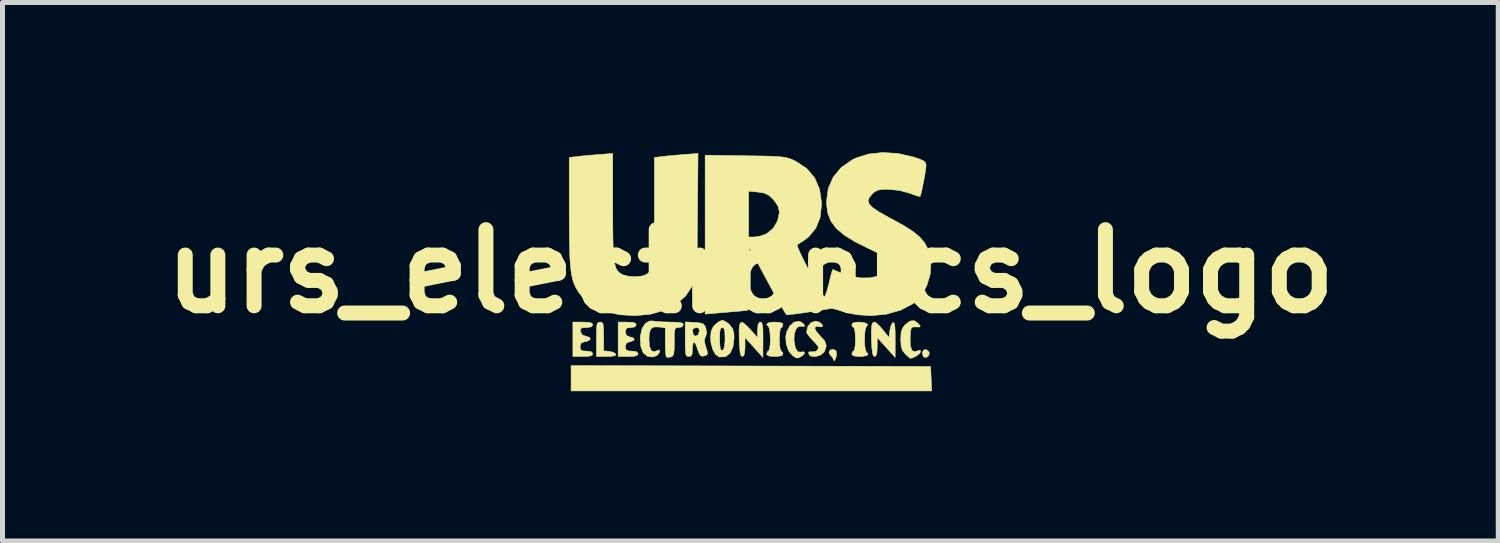
<source format=kicad_pcb>
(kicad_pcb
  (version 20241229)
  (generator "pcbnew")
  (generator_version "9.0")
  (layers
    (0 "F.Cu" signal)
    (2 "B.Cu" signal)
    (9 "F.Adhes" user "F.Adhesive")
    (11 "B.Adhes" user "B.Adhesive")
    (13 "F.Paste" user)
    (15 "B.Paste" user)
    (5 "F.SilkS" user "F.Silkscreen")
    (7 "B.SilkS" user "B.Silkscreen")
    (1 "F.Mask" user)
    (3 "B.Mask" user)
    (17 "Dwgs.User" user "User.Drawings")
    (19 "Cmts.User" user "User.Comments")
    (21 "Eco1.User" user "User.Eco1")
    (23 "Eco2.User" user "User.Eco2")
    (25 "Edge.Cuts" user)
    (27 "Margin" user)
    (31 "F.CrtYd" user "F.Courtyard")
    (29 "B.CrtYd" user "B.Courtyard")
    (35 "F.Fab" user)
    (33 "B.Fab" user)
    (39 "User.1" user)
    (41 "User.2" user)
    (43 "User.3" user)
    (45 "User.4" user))
  (footprint "urs_electronics_logo"
    (layer "F.Cu")
    (at 11.982 2.386)
    (property "Reference" "urs_electronics_logo" (at 0 0 0) (layer "F.SilkS") (effects (font (size 1.524 1.524) (thickness 0.3))))
    (attr through_hole)
    (fp_poly (pts (xy 0.009 1.896) (xy 3.61 1.905) (xy 3.621 2.15) (xy 3.632 2.395) (xy -3.592 2.395) (xy -3.592 1.887) (xy 0.009 1.896)) (stroke (width 0.01) (type solid)) (fill yes) (layer "F.SilkS"))
    (fp_poly (pts (xy 1.714 1.588) (xy 1.729 1.663) (xy 1.709 1.744) (xy 1.683 1.792) (xy 1.671 1.782) (xy 1.643 1.72) (xy 1.609 1.688) (xy 1.573 1.63) (xy 1.595 1.579) (xy 1.654 1.56) (xy 1.714 1.588)) (stroke (width 0.01) (type solid)) (fill yes) (layer "F.SilkS"))
    (fp_poly (pts (xy 3.569 1.602) (xy 3.585 1.638) (xy 3.569 1.693) (xy 3.519 1.726) (xy 3.469 1.715) (xy 3.469 1.715) (xy 3.45 1.664) (xy 3.447 1.624) (xy 3.471 1.575) (xy 3.521 1.568) (xy 3.569 1.602)) (stroke (width 0.01) (type solid)) (fill yes) (layer "F.SilkS"))
    (fp_poly (pts (xy -2.975 1.022) (xy -2.954 1.05) (xy -2.943 1.115) (xy -2.939 1.231) (xy -2.939 1.304) (xy -2.939 1.592) (xy -2.824 1.603) (xy -2.74 1.624) (xy -2.695 1.659) (xy -2.694 1.66) (xy -2.708 1.688) (xy -2.78 1.702) (xy -2.882 1.705) (xy -3.084 1.705) (xy -3.084 1.361) (xy -3.083 1.2) (xy -3.078 1.099) (xy -3.066 1.044) (xy -3.044 1.021) (xy -3.012 1.016) (xy -2.975 1.022)) (stroke (width 0.01) (type solid)) (fill yes) (layer "F.SilkS"))
    (fp_poly (pts (xy 2.517 1.028) (xy 2.594 1.101) (xy 2.652 1.17) (xy 2.776 1.324) (xy 2.794 1.182) (xy 2.816 1.088) (xy 2.848 1.031) (xy 2.857 1.025) (xy 2.879 1.036) (xy 2.893 1.093) (xy 2.9 1.205) (xy 2.901 1.367) (xy 2.9 1.724) (xy 2.72 1.524) (xy 2.541 1.324) (xy 2.54 1.515) (xy 2.534 1.634) (xy 2.514 1.693) (xy 2.488 1.705) (xy 2.462 1.69) (xy 2.445 1.634) (xy 2.433 1.529) (xy 2.425 1.362) (xy 2.425 1.361) (xy 2.423 1.177) (xy 2.435 1.063) (xy 2.465 1.014) (xy 2.517 1.028)) (stroke (width 0.01) (type solid)) (fill yes) (layer "F.SilkS"))
    (fp_poly (pts (xy 0.225 1.028) (xy 0.241 1.072) (xy 0.25 1.16) (xy 0.253 1.305) (xy 0.252 1.37) (xy 0.251 1.724) (xy 0.071 1.524) (xy -0.108 1.324) (xy -0.108 1.515) (xy -0.115 1.634) (xy -0.134 1.693) (xy -0.161 1.705) (xy -0.187 1.69) (xy -0.204 1.634) (xy -0.216 1.529) (xy -0.224 1.362) (xy -0.224 1.361) (xy -0.227 1.181) (xy -0.217 1.069) (xy -0.19 1.021) (xy -0.14 1.032) (xy -0.063 1.1) (xy 0.003 1.17) (xy 0.142 1.324) (xy 0.144 1.17) (xy 0.153 1.065) (xy 0.181 1.02) (xy 0.2 1.016) (xy 0.225 1.028)) (stroke (width 0.01) (type solid)) (fill yes) (layer "F.SilkS"))
    (fp_poly (pts (xy 1.014 1.015) (xy 1.071 1.059) (xy 1.087 1.096) (xy 1.057 1.108) (xy 1.029 1.1) (xy 0.961 1.104) (xy 0.909 1.164) (xy 0.879 1.263) (xy 0.874 1.386) (xy 0.898 1.516) (xy 0.907 1.542) (xy 0.947 1.61) (xy 1.004 1.618) (xy 1.016 1.615) (xy 1.075 1.612) (xy 1.084 1.643) (xy 1.044 1.689) (xy 1.018 1.704) (xy 0.958 1.734) (xy 0.917 1.733) (xy 0.859 1.697) (xy 0.844 1.686) (xy 0.766 1.593) (xy 0.718 1.458) (xy 0.708 1.309) (xy 0.727 1.212) (xy 0.79 1.091) (xy 0.875 1.017) (xy 0.97 1) (xy 1.014 1.015)) (stroke (width 0.01) (type solid)) (fill yes) (layer "F.SilkS"))
    (fp_poly (pts (xy -3.236 1.021) (xy -3.174 1.038) (xy -3.157 1.07) (xy -3.184 1.11) (xy -3.27 1.125) (xy -3.286 1.125) (xy -3.372 1.131) (xy -3.405 1.157) (xy -3.404 1.206) (xy -3.37 1.273) (xy -3.291 1.3) (xy -3.218 1.324) (xy -3.208 1.361) (xy -3.257 1.396) (xy -3.314 1.408) (xy -3.388 1.433) (xy -3.411 1.495) (xy -3.411 1.508) (xy -3.401 1.568) (xy -3.357 1.593) (xy -3.284 1.597) (xy -3.19 1.608) (xy -3.157 1.646) (xy -3.157 1.651) (xy -3.175 1.684) (xy -3.238 1.701) (xy -3.356 1.705) (xy -3.556 1.705) (xy -3.556 1.016) (xy -3.356 1.016) (xy -3.236 1.021)) (stroke (width 0.01) (type solid)) (fill yes) (layer "F.SilkS"))
    (fp_poly (pts (xy -2.353 1.022) (xy -2.298 1.042) (xy -2.286 1.07) (xy -2.318 1.114) (xy -2.395 1.125) (xy -2.473 1.135) (xy -2.501 1.176) (xy -2.504 1.213) (xy -2.485 1.284) (xy -2.416 1.312) (xy -2.412 1.313) (xy -2.336 1.338) (xy -2.327 1.374) (xy -2.385 1.404) (xy -2.412 1.408) (xy -2.483 1.436) (xy -2.504 1.504) (xy -2.504 1.508) (xy -2.494 1.568) (xy -2.45 1.593) (xy -2.377 1.597) (xy -2.283 1.608) (xy -2.25 1.646) (xy -2.25 1.651) (xy -2.268 1.684) (xy -2.331 1.701) (xy -2.449 1.705) (xy -2.649 1.705) (xy -2.649 1.016) (xy -2.467 1.016) (xy -2.353 1.022)) (stroke (width 0.01) (type solid)) (fill yes) (layer "F.SilkS"))
    (fp_poly (pts (xy 2.279 1.026) (xy 2.339 1.053) (xy 2.344 1.088) (xy 2.323 1.106) (xy 2.303 1.153) (xy 2.291 1.248) (xy 2.287 1.366) (xy 2.291 1.483) (xy 2.304 1.574) (xy 2.322 1.615) (xy 2.36 1.656) (xy 2.332 1.687) (xy 2.244 1.704) (xy 2.195 1.705) (xy 2.088 1.698) (xy 2.039 1.674) (xy 2.032 1.651) (xy 2.052 1.603) (xy 2.068 1.597) (xy 2.087 1.563) (xy 2.1 1.475) (xy 2.105 1.361) (xy 2.099 1.237) (xy 2.086 1.153) (xy 2.068 1.125) (xy 2.036 1.095) (xy 2.032 1.07) (xy 2.056 1.032) (xy 2.137 1.017) (xy 2.175 1.016) (xy 2.279 1.026)) (stroke (width 0.01) (type solid)) (fill yes) (layer "F.SilkS"))
    (fp_poly (pts (xy 0.597 1.023) (xy 0.647 1.047) (xy 0.653 1.07) (xy 0.634 1.119) (xy 0.617 1.125) (xy 0.598 1.158) (xy 0.585 1.246) (xy 0.581 1.361) (xy 0.586 1.484) (xy 0.599 1.568) (xy 0.617 1.597) (xy 0.649 1.626) (xy 0.653 1.651) (xy 0.632 1.687) (xy 0.559 1.703) (xy 0.49 1.705) (xy 0.382 1.698) (xy 0.333 1.674) (xy 0.327 1.651) (xy 0.346 1.603) (xy 0.363 1.597) (xy 0.382 1.563) (xy 0.395 1.475) (xy 0.399 1.363) (xy 0.394 1.239) (xy 0.38 1.146) (xy 0.363 1.107) (xy 0.325 1.065) (xy 0.353 1.034) (xy 0.441 1.017) (xy 0.49 1.016) (xy 0.597 1.023)) (stroke (width 0.01) (type solid)) (fill yes) (layer "F.SilkS"))
    (fp_poly (pts (xy 1.379 1.016) (xy 1.437 1.063) (xy 1.448 1.102) (xy 1.409 1.114) (xy 1.382 1.108) (xy 1.311 1.101) (xy 1.29 1.137) (xy 1.318 1.202) (xy 1.393 1.287) (xy 1.489 1.395) (xy 1.52 1.491) (xy 1.49 1.59) (xy 1.468 1.625) (xy 1.397 1.68) (xy 1.302 1.707) (xy 1.215 1.699) (xy 1.185 1.681) (xy 1.161 1.63) (xy 1.195 1.607) (xy 1.229 1.613) (xy 1.308 1.605) (xy 1.343 1.577) (xy 1.364 1.536) (xy 1.348 1.489) (xy 1.286 1.418) (xy 1.258 1.391) (xy 1.181 1.308) (xy 1.133 1.239) (xy 1.125 1.214) (xy 1.151 1.103) (xy 1.217 1.026) (xy 1.307 0.997) (xy 1.379 1.016)) (stroke (width 0.01) (type solid)) (fill yes) (layer "F.SilkS"))
    (fp_poly (pts (xy 3.354 1.037) (xy 3.402 1.092) (xy 3.392 1.114) (xy 3.317 1.114) (xy 3.311 1.114) (xy 3.255 1.114) (xy 3.224 1.135) (xy 3.209 1.194) (xy 3.201 1.307) (xy 3.2 1.318) (xy 3.203 1.483) (xy 3.233 1.581) (xy 3.289 1.611) (xy 3.342 1.595) (xy 3.396 1.577) (xy 3.411 1.608) (xy 3.382 1.652) (xy 3.315 1.702) (xy 3.24 1.736) (xy 3.208 1.742) (xy 3.173 1.719) (xy 3.11 1.662) (xy 3.101 1.653) (xy 3.046 1.584) (xy 3.02 1.501) (xy 3.012 1.377) (xy 3.012 1.361) (xy 3.018 1.231) (xy 3.043 1.145) (xy 3.094 1.076) (xy 3.101 1.069) (xy 3.198 0.995) (xy 3.282 0.988) (xy 3.354 1.037)) (stroke (width 0.01) (type solid)) (fill yes) (layer "F.SilkS"))
    (fp_poly (pts (xy -0.499 1.004) (xy -0.422 1.063) (xy -0.416 1.069) (xy -0.356 1.148) (xy -0.33 1.247) (xy -0.327 1.332) (xy -0.348 1.511) (xy -0.406 1.639) (xy -0.497 1.709) (xy -0.618 1.716) (xy -0.626 1.714) (xy -0.699 1.664) (xy -0.757 1.559) (xy -0.792 1.42) (xy -0.797 1.337) (xy -0.617 1.337) (xy -0.613 1.454) (xy -0.604 1.541) (xy -0.594 1.571) (xy -0.552 1.584) (xy -0.523 1.528) (xy -0.509 1.408) (xy -0.508 1.34) (xy -0.512 1.215) (xy -0.527 1.148) (xy -0.557 1.125) (xy -0.562 1.125) (xy -0.594 1.142) (xy -0.611 1.202) (xy -0.617 1.32) (xy -0.617 1.337) (xy -0.797 1.337) (xy -0.798 1.325) (xy -0.786 1.197) (xy -0.743 1.107) (xy -0.709 1.069) (xy -0.633 1.008) (xy -0.567 0.98) (xy -0.562 0.98) (xy -0.499 1.004)) (stroke (width 0.01) (type solid)) (fill yes) (layer "F.SilkS"))
    (fp_poly (pts (xy -1.116 1.023) (xy -1.003 1.034) (xy -0.94 1.056) (xy -0.905 1.101) (xy -0.891 1.136) (xy -0.876 1.245) (xy -0.899 1.306) (xy -0.922 1.371) (xy -0.91 1.457) (xy -0.891 1.519) (xy -0.862 1.612) (xy -0.861 1.66) (xy -0.891 1.683) (xy -0.895 1.684) (xy -0.965 1.702) (xy -1.009 1.678) (xy -1.044 1.6) (xy -1.057 1.56) (xy -1.09 1.47) (xy -1.122 1.42) (xy -1.131 1.415) (xy -1.15 1.447) (xy -1.16 1.528) (xy -1.161 1.56) (xy -1.167 1.655) (xy -1.192 1.697) (xy -1.234 1.705) (xy -1.267 1.7) (xy -1.289 1.676) (xy -1.3 1.619) (xy -1.305 1.515) (xy -1.306 1.359) (xy -1.306 1.191) (xy -1.161 1.191) (xy -1.141 1.273) (xy -1.095 1.3) (xy -1.047 1.271) (xy -1.023 1.204) (xy -1.03 1.141) (xy -1.086 1.125) (xy -1.149 1.15) (xy -1.161 1.191) (xy -1.306 1.191) (xy -1.306 1.012) (xy -1.116 1.023)) (stroke (width 0.01) (type solid)) (fill yes) (layer "F.SilkS"))
    (fp_poly (pts (xy -1.943 0.995) (xy -1.871 1.005) (xy -1.751 1.012) (xy -1.61 1.015) (xy -1.606 1.016) (xy -1.465 1.019) (xy -1.383 1.03) (xy -1.347 1.051) (xy -1.343 1.07) (xy -1.374 1.114) (xy -1.433 1.125) (xy -1.479 1.128) (xy -1.506 1.147) (xy -1.519 1.198) (xy -1.524 1.295) (xy -1.524 1.411) (xy -1.526 1.556) (xy -1.534 1.644) (xy -1.553 1.691) (xy -1.584 1.712) (xy -1.594 1.715) (xy -1.661 1.722) (xy -1.685 1.714) (xy -1.695 1.67) (xy -1.702 1.573) (xy -1.705 1.442) (xy -1.705 1.413) (xy -1.705 1.133) (xy -1.823 1.115) (xy -1.93 1.113) (xy -1.995 1.152) (xy -2.026 1.244) (xy -2.032 1.358) (xy -2.02 1.508) (xy -1.984 1.591) (xy -1.922 1.609) (xy -1.878 1.592) (xy -1.826 1.573) (xy -1.818 1.603) (xy -1.82 1.617) (xy -1.866 1.683) (xy -1.953 1.715) (xy -2.057 1.703) (xy -2.06 1.702) (xy -2.146 1.633) (xy -2.195 1.507) (xy -2.206 1.334) (xy -2.203 1.29) (xy -2.169 1.143) (xy -2.102 1.04) (xy -2.012 0.992) (xy -1.943 0.995)) (stroke (width 0.01) (type solid)) (fill yes) (layer "F.SilkS"))
    (fp_poly (pts (xy -1.06 -1.136) (xy -1.07 0.091) (xy -1.167 0.297) (xy -1.299 0.496) (xy -1.487 0.658) (xy -1.722 0.779) (xy -1.995 0.857) (xy -2.298 0.888) (xy -2.622 0.869) (xy -2.631 0.867) (xy -2.872 0.809) (xy -3.098 0.711) (xy -3.29 0.582) (xy -3.43 0.434) (xy -3.435 0.427) (xy -3.486 0.344) (xy -3.528 0.259) (xy -3.56 0.164) (xy -3.585 0.049) (xy -3.603 -0.093) (xy -3.616 -0.272) (xy -3.623 -0.496) (xy -3.627 -0.773) (xy -3.629 -1.112) (xy -3.629 -1.197) (xy -3.629 -2.282) (xy -3.474 -2.3) (xy -3.36 -2.313) (xy -3.205 -2.327) (xy -3.044 -2.34) (xy -3.039 -2.34) (xy -2.758 -2.362) (xy -2.758 -1.286) (xy -2.757 -0.948) (xy -2.754 -0.675) (xy -2.748 -0.46) (xy -2.738 -0.294) (xy -2.722 -0.17) (xy -2.699 -0.081) (xy -2.668 -0.019) (xy -2.628 0.024) (xy -2.579 0.056) (xy -2.555 0.068) (xy -2.438 0.099) (xy -2.297 0.107) (xy -2.166 0.093) (xy -2.103 0.071) (xy -2.054 0.041) (xy -2.014 0.002) (xy -1.984 -0.053) (xy -1.961 -0.132) (xy -1.945 -0.243) (xy -1.934 -0.393) (xy -1.927 -0.591) (xy -1.924 -0.845) (xy -1.923 -1.162) (xy -1.923 -1.23) (xy -1.923 -2.282) (xy -1.769 -2.3) (xy -1.655 -2.313) (xy -1.5 -2.327) (xy -1.339 -2.34) (xy -1.332 -2.341) (xy -1.049 -2.362) (xy -1.06 -1.136)) (stroke (width 0.01) (type solid)) (fill yes) (layer "F.SilkS"))
    (fp_poly (pts (xy 2.961 -2.361) (xy 3.257 -2.294) (xy 3.392 -2.249) (xy 3.471 -2.213) (xy 3.509 -2.176) (xy 3.52 -2.13) (xy 3.52 -2.124) (xy 3.513 -2.057) (xy 3.496 -1.948) (xy 3.473 -1.818) (xy 3.447 -1.688) (xy 3.423 -1.579) (xy 3.404 -1.511) (xy 3.399 -1.5) (xy 3.362 -1.506) (xy 3.278 -1.533) (xy 3.191 -1.565) (xy 2.991 -1.62) (xy 2.777 -1.643) (xy 2.765 -1.644) (xy 2.632 -1.641) (xy 2.547 -1.625) (xy 2.483 -1.589) (xy 2.443 -1.552) (xy 2.381 -1.479) (xy 2.359 -1.413) (xy 2.381 -1.347) (xy 2.452 -1.275) (xy 2.579 -1.19) (xy 2.765 -1.085) (xy 2.83 -1.051) (xy 3.073 -0.917) (xy 3.257 -0.799) (xy 3.392 -0.688) (xy 3.488 -0.575) (xy 3.554 -0.453) (xy 3.577 -0.39) (xy 3.617 -0.168) (xy 3.601 0.064) (xy 3.533 0.288) (xy 3.421 0.486) (xy 3.268 0.639) (xy 3.254 0.649) (xy 3.008 0.778) (xy 2.722 0.859) (xy 2.414 0.888) (xy 2.141 0.869) (xy 1.991 0.84) (xy 1.841 0.801) (xy 1.783 0.782) (xy 1.683 0.753) (xy 1.611 0.742) (xy 1.595 0.745) (xy 1.553 0.755) (xy 1.456 0.771) (xy 1.323 0.792) (xy 1.17 0.815) (xy 1.017 0.837) (xy 0.879 0.855) (xy 0.775 0.867) (xy 0.726 0.871) (xy 0.703 0.84) (xy 0.651 0.755) (xy 0.576 0.625) (xy 0.483 0.458) (xy 0.378 0.265) (xy 0.343 0.2) (xy -0.018 -0.471) (xy -0.054 0.78) (xy -0.145 0.79) (xy -0.221 0.797) (xy -0.347 0.808) (xy -0.502 0.821) (xy -0.572 0.827) (xy -0.907 0.856) (xy -0.907 -0.689) (xy -0.036 -0.689) (xy 0.082 -0.689) (xy 0.196 -0.707) (xy 0.315 -0.75) (xy 0.327 -0.756) (xy 0.455 -0.861) (xy 0.544 -1.009) (xy 0.58 -1.176) (xy 0.581 -1.189) (xy 0.555 -1.305) (xy 0.471 -1.426) (xy 0.46 -1.438) (xy 0.371 -1.523) (xy 0.281 -1.567) (xy 0.154 -1.588) (xy 0.152 -1.588) (xy -0.036 -1.606) (xy -0.036 -0.689) (xy -0.907 -0.689) (xy -0.907 -2.328) (xy -0.1 -2.316) (xy 0.163 -2.312) (xy 0.364 -2.308) (xy 0.515 -2.302) (xy 0.627 -2.293) (xy 0.711 -2.28) (xy 0.778 -2.262) (xy 0.84 -2.238) (xy 0.908 -2.206) (xy 0.913 -2.203) (xy 1.128 -2.061) (xy 1.286 -1.876) (xy 1.385 -1.648) (xy 1.425 -1.38) (xy 1.425 -1.338) (xy 1.397 -1.081) (xy 1.311 -0.866) (xy 1.17 -0.694) (xy 1.118 -0.652) (xy 1.026 -0.589) (xy 0.956 -0.545) (xy 0.937 -0.536) (xy 0.941 -0.503) (xy 0.975 -0.419) (xy 1.031 -0.298) (xy 1.103 -0.153) (xy 1.184 0.004) (xy 1.267 0.159) (xy 1.346 0.3) (xy 1.413 0.413) (xy 1.462 0.487) (xy 1.484 0.508) (xy 1.504 0.475) (xy 1.534 0.389) (xy 1.568 0.266) (xy 1.575 0.236) (xy 1.606 0.107) (xy 1.632 0.011) (xy 1.648 -0.035) (xy 1.649 -0.036) (xy 1.686 -0.023) (xy 1.767 0.011) (xy 1.827 0.038) (xy 2.013 0.099) (xy 2.211 0.131) (xy 2.396 0.13) (xy 2.547 0.096) (xy 2.574 0.084) (xy 2.693 0.004) (xy 2.747 -0.083) (xy 2.746 -0.188) (xy 2.744 -0.196) (xy 2.721 -0.246) (xy 2.673 -0.295) (xy 2.587 -0.349) (xy 2.451 -0.418) (xy 2.372 -0.455) (xy 2.092 -0.595) (xy 1.876 -0.729) (xy 1.718 -0.864) (xy 1.612 -1.007) (xy 1.55 -1.165) (xy 1.526 -1.347) (xy 1.525 -1.399) (xy 1.559 -1.659) (xy 1.658 -1.887) (xy 1.819 -2.08) (xy 2.039 -2.234) (xy 2.113 -2.27) (xy 2.366 -2.351) (xy 2.655 -2.381) (xy 2.961 -2.361)) (stroke (width 0.01) (type solid)) (fill yes) (layer "F.SilkS")))
  (gr_rect
    (start -3 -3)
    (end 26.963 7.786)
    (stroke (width 0.1) (type default))
    (fill no)
    (layer "Edge.Cuts")))
</source>
